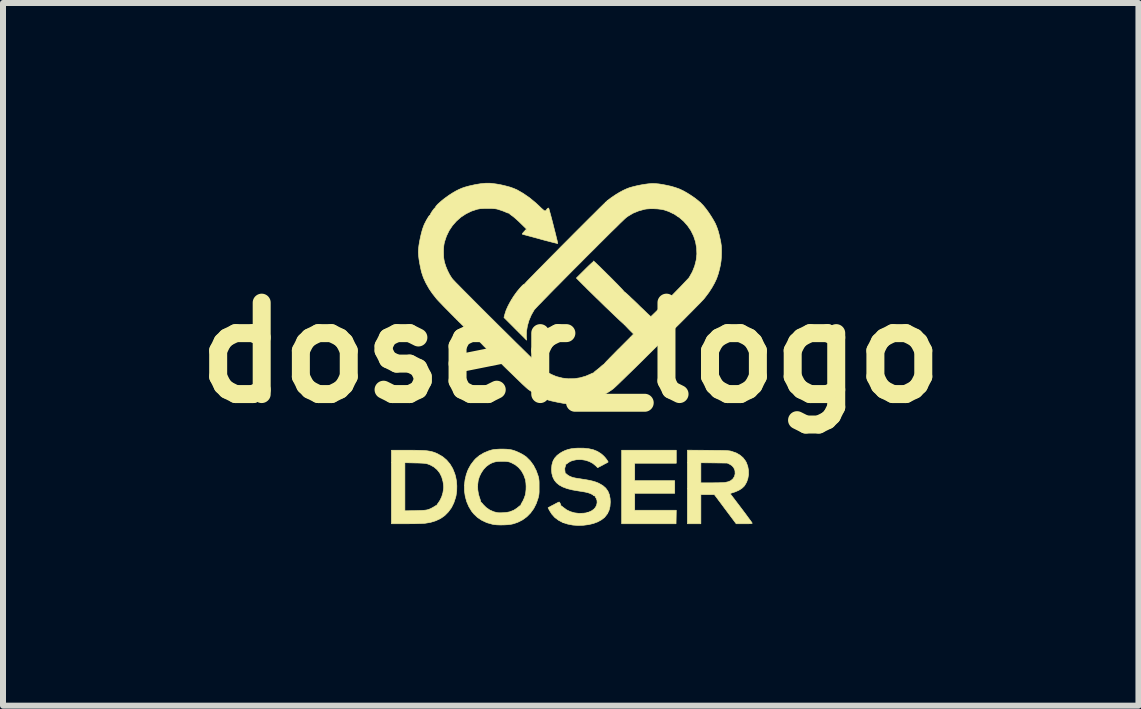
<source format=kicad_pcb>
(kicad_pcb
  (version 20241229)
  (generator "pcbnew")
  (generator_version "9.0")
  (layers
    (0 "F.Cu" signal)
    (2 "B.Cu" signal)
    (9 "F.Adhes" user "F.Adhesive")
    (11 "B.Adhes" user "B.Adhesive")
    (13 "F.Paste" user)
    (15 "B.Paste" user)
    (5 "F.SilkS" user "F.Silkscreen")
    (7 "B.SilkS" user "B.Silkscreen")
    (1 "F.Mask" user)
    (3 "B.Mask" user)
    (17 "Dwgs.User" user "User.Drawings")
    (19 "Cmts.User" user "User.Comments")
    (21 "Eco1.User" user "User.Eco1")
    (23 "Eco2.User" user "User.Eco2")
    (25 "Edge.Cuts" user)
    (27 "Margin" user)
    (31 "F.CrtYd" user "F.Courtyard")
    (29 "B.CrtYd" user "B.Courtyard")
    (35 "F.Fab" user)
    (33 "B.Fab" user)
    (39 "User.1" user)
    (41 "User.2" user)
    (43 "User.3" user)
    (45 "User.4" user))
  (footprint "doser_logo"
    (layer "F.Cu")
    (at 6.466 2.831)
    (property "Reference" "doser_logo" (at 0 0 0) (layer "F.SilkS") (effects (font (size 1.524 1.524) (thickness 0.3))))
    (attr through_hole)
    (fp_poly (pts (xy 0.9 -0.468) (xy 0.896 -0.464) (xy 0.893 -0.468) (xy 0.896 -0.472) (xy 0.9 -0.468)) (stroke (width 0.01) (type solid)) (fill yes) (layer "F.SilkS"))
    (fp_poly (pts (xy 1.76 1.843) (xy 1.067 1.843) (xy 1.067 2.134) (xy 1.734 2.134) (xy 1.734 2.344) (xy 1.067 2.344) (xy 1.067 2.627) (xy 1.413 2.627) (xy 1.76 2.627) (xy 1.758 2.74) (xy 1.756 2.852) (xy 0.849 2.852) (xy 0.849 1.626) (xy 1.76 1.626) (xy 1.76 1.843)) (stroke (width 0.01) (type solid)) (fill yes) (layer "F.SilkS"))
    (fp_poly (pts (xy -2.723 1.626) (xy -2.636 1.626) (xy -2.561 1.627) (xy -2.498 1.629) (xy -2.444 1.631) (xy -2.398 1.635) (xy -2.358 1.641) (xy -2.323 1.648) (xy -2.291 1.657) (xy -2.26 1.668) (xy -2.229 1.681) (xy -2.21 1.691) (xy -2.134 1.735) (xy -2.069 1.79) (xy -2.014 1.855) (xy -1.968 1.931) (xy -1.933 2.018) (xy -1.919 2.066) (xy -1.905 2.141) (xy -1.899 2.222) (xy -1.901 2.305) (xy -1.912 2.383) (xy -1.919 2.412) (xy -1.949 2.503) (xy -1.989 2.584) (xy -2.04 2.654) (xy -2.1 2.715) (xy -2.17 2.764) (xy -2.25 2.802) (xy -2.338 2.829) (xy -2.435 2.845) (xy -2.46 2.846) (xy -2.498 2.848) (xy -2.545 2.849) (xy -2.599 2.851) (xy -2.658 2.851) (xy -2.719 2.852) (xy -2.749 2.852) (xy -2.99 2.852) (xy -2.99 2.636) (xy -2.765 2.636) (xy -2.593 2.633) (xy -2.536 2.631) (xy -2.492 2.63) (xy -2.458 2.628) (xy -2.432 2.626) (xy -2.41 2.623) (xy -2.393 2.62) (xy -2.375 2.615) (xy -2.372 2.614) (xy -2.339 2.601) (xy -2.306 2.584) (xy -2.285 2.572) (xy -2.263 2.558) (xy -2.246 2.548) (xy -2.237 2.545) (xy -2.231 2.543) (xy -2.232 2.541) (xy -2.229 2.534) (xy -2.22 2.52) (xy -2.209 2.506) (xy -2.177 2.457) (xy -2.15 2.399) (xy -2.131 2.335) (xy -2.121 2.271) (xy -2.119 2.24) (xy -2.121 2.211) (xy -2.125 2.176) (xy -2.131 2.142) (xy -2.152 2.069) (xy -2.185 2.004) (xy -2.229 1.949) (xy -2.283 1.904) (xy -2.347 1.869) (xy -2.388 1.854) (xy -2.405 1.85) (xy -2.426 1.846) (xy -2.455 1.843) (xy -2.491 1.841) (xy -2.538 1.839) (xy -2.596 1.838) (xy -2.765 1.834) (xy -2.765 2.636) (xy -2.99 2.636) (xy -2.99 1.626) (xy -2.723 1.626)) (stroke (width 0.01) (type solid)) (fill yes) (layer "F.SilkS"))
    (fp_poly (pts (xy 2.288 1.627) (xy 2.368 1.628) (xy 2.435 1.629) (xy 2.49 1.629) (xy 2.535 1.63) (xy 2.571 1.631) (xy 2.6 1.632) (xy 2.623 1.634) (xy 2.641 1.636) (xy 2.657 1.638) (xy 2.67 1.641) (xy 2.684 1.645) (xy 2.687 1.646) (xy 2.761 1.672) (xy 2.823 1.708) (xy 2.875 1.753) (xy 2.916 1.808) (xy 2.929 1.832) (xy 2.952 1.895) (xy 2.964 1.962) (xy 2.965 2.03) (xy 2.954 2.096) (xy 2.933 2.158) (xy 2.901 2.213) (xy 2.892 2.225) (xy 2.853 2.262) (xy 2.802 2.294) (xy 2.737 2.322) (xy 2.724 2.326) (xy 2.657 2.348) (xy 2.842 2.591) (xy 2.881 2.643) (xy 2.918 2.692) (xy 2.95 2.736) (xy 2.978 2.774) (xy 3.001 2.805) (xy 3.017 2.828) (xy 3.025 2.84) (xy 3.026 2.843) (xy 3.023 2.846) (xy 3.011 2.849) (xy 2.99 2.851) (xy 2.959 2.852) (xy 2.914 2.852) (xy 2.892 2.852) (xy 2.759 2.852) (xy 2.577 2.609) (xy 2.458 2.449) (xy 2.467 2.449) (xy 2.471 2.453) (xy 2.475 2.449) (xy 2.471 2.446) (xy 2.467 2.449) (xy 2.458 2.449) (xy 2.395 2.366) (xy 2.17 2.366) (xy 2.17 2.852) (xy 1.945 2.852) (xy 1.945 2.268) (xy 2.823 2.268) (xy 2.827 2.271) (xy 2.83 2.268) (xy 2.827 2.264) (xy 2.823 2.268) (xy 1.945 2.268) (xy 1.945 2.17) (xy 2.17 2.17) (xy 2.349 2.17) (xy 2.402 2.169) (xy 2.453 2.169) (xy 2.5 2.167) (xy 2.538 2.166) (xy 2.567 2.164) (xy 2.578 2.162) (xy 2.629 2.151) (xy 2.669 2.133) (xy 2.701 2.106) (xy 2.705 2.102) (xy 2.73 2.063) (xy 2.741 2.02) (xy 2.739 1.972) (xy 2.735 1.956) (xy 2.717 1.915) (xy 2.687 1.882) (xy 2.65 1.859) (xy 2.609 1.84) (xy 2.389 1.837) (xy 2.17 1.835) (xy 2.17 2.17) (xy 1.945 2.17) (xy 1.945 1.625) (xy 2.288 1.627)) (stroke (width 0.01) (type solid)) (fill yes) (layer "F.SilkS"))
    (fp_poly (pts (xy -1.068 1.609) (xy -1.02 1.614) (xy -0.981 1.621) (xy -0.98 1.621) (xy -0.934 1.635) (xy -0.883 1.656) (xy -0.832 1.68) (xy -0.785 1.707) (xy -0.747 1.733) (xy -0.738 1.74) (xy -0.674 1.804) (xy -0.62 1.879) (xy -0.576 1.964) (xy -0.547 2.044) (xy -0.539 2.069) (xy -0.534 2.09) (xy -0.531 2.112) (xy -0.528 2.137) (xy -0.527 2.168) (xy -0.527 2.21) (xy -0.527 2.235) (xy -0.527 2.284) (xy -0.527 2.322) (xy -0.529 2.351) (xy -0.532 2.376) (xy -0.537 2.399) (xy -0.543 2.423) (xy -0.575 2.516) (xy -0.617 2.599) (xy -0.67 2.672) (xy -0.732 2.735) (xy -0.803 2.787) (xy -0.884 2.828) (xy -0.958 2.853) (xy -1.001 2.862) (xy -1.054 2.868) (xy -1.113 2.871) (xy -1.174 2.872) (xy -1.232 2.87) (xy -1.282 2.865) (xy -1.306 2.86) (xy -1.398 2.834) (xy -1.48 2.796) (xy -1.553 2.748) (xy -1.615 2.689) (xy -1.652 2.644) (xy -1.682 2.594) (xy -1.676 2.594) (xy -1.673 2.598) (xy -1.669 2.594) (xy -1.673 2.591) (xy -1.676 2.594) (xy -1.682 2.594) (xy -1.699 2.566) (xy -1.735 2.482) (xy -1.759 2.394) (xy -1.772 2.303) (xy -1.773 2.21) (xy -1.772 2.207) (xy -1.552 2.207) (xy -1.55 2.284) (xy -1.538 2.36) (xy -1.524 2.406) (xy -1.514 2.435) (xy -1.506 2.461) (xy -1.501 2.478) (xy -1.5 2.483) (xy -1.497 2.493) (xy -1.494 2.494) (xy -1.488 2.499) (xy -1.475 2.512) (xy -1.461 2.53) (xy -1.41 2.581) (xy -1.351 2.622) (xy -1.283 2.652) (xy -1.226 2.666) (xy -1.199 2.669) (xy -1.161 2.669) (xy -1.119 2.667) (xy -1.077 2.663) (xy -1.055 2.66) (xy -0.675 2.66) (xy -0.671 2.663) (xy -0.668 2.66) (xy -0.671 2.656) (xy -0.675 2.66) (xy -1.055 2.66) (xy -1.038 2.657) (xy -1.009 2.651) (xy -1.006 2.649) (xy -0.948 2.625) (xy -0.897 2.592) (xy -0.87 2.57) (xy -0.852 2.555) (xy -0.837 2.547) (xy -0.831 2.546) (xy -0.828 2.546) (xy -0.83 2.542) (xy -0.83 2.53) (xy -0.822 2.514) (xy -0.821 2.513) (xy -0.797 2.472) (xy -0.775 2.423) (xy -0.758 2.374) (xy -0.758 2.373) (xy -0.75 2.331) (xy -0.745 2.281) (xy -0.744 2.227) (xy -0.747 2.174) (xy -0.753 2.128) (xy -0.757 2.112) (xy -0.784 2.037) (xy -0.821 1.971) (xy -0.869 1.914) (xy -0.907 1.883) (xy -0.631 1.883) (xy -0.628 1.887) (xy -0.624 1.883) (xy -0.628 1.88) (xy -0.631 1.883) (xy -0.907 1.883) (xy -0.926 1.868) (xy -0.991 1.834) (xy -1.016 1.824) (xy -1.039 1.818) (xy -1.066 1.814) (xy -1.1 1.811) (xy -1.145 1.811) (xy -1.147 1.811) (xy -1.199 1.812) (xy -1.242 1.816) (xy -1.279 1.825) (xy -1.315 1.838) (xy -1.354 1.858) (xy -1.356 1.86) (xy -1.407 1.896) (xy -1.452 1.944) (xy -1.491 2.001) (xy -1.522 2.064) (xy -1.543 2.131) (xy -1.543 2.134) (xy -1.552 2.207) (xy -1.772 2.207) (xy -1.762 2.119) (xy -1.741 2.03) (xy -1.724 1.985) (xy -1.502 1.985) (xy -1.499 1.988) (xy -1.495 1.985) (xy -1.499 1.981) (xy -1.502 1.985) (xy -1.724 1.985) (xy -1.709 1.945) (xy -1.665 1.866) (xy -1.611 1.795) (xy -1.582 1.764) (xy -1.524 1.716) (xy -1.509 1.716) (xy -1.506 1.72) (xy -1.502 1.716) (xy -1.506 1.713) (xy -1.509 1.716) (xy -1.524 1.716) (xy -1.521 1.714) (xy -1.449 1.671) (xy -1.368 1.637) (xy -1.316 1.621) (xy -1.279 1.614) (xy -1.232 1.61) (xy -1.179 1.607) (xy -1.123 1.607) (xy -1.068 1.609)) (stroke (width 0.01) (type solid)) (fill yes) (layer "F.SilkS"))
    (fp_poly (pts (xy 0.218 1.592) (xy 0.302 1.601) (xy 0.377 1.618) (xy 0.444 1.645) (xy 0.503 1.682) (xy 0.542 1.715) (xy 0.561 1.734) (xy 0.58 1.756) (xy 0.598 1.779) (xy 0.612 1.8) (xy 0.622 1.816) (xy 0.623 1.824) (xy 0.623 1.824) (xy 0.616 1.828) (xy 0.599 1.838) (xy 0.573 1.851) (xy 0.542 1.868) (xy 0.535 1.872) (xy 0.449 1.917) (xy 0.417 1.885) (xy 0.368 1.845) (xy 0.31 1.814) (xy 0.246 1.793) (xy 0.178 1.782) (xy 0.109 1.783) (xy 0.09 1.785) (xy 0.038 1.796) (xy -0.003 1.81) (xy -0.038 1.831) (xy -0.052 1.842) (xy -0.068 1.854) (xy -0.08 1.86) (xy -0.084 1.859) (xy -0.086 1.859) (xy -0.085 1.863) (xy -0.084 1.874) (xy -0.089 1.892) (xy -0.092 1.899) (xy -0.1 1.932) (xy -0.098 1.959) (xy -0.095 1.982) (xy -0.093 2) (xy -0.092 2.004) (xy -0.089 2.013) (xy -0.086 2.013) (xy -0.079 2.016) (xy -0.068 2.026) (xy -0.049 2.041) (xy -0.021 2.058) (xy 0.012 2.072) (xy 0.04 2.082) (xy 0.057 2.085) (xy 0.085 2.091) (xy 0.121 2.097) (xy 0.163 2.103) (xy 0.192 2.108) (xy 0.263 2.119) (xy 0.321 2.13) (xy 0.371 2.142) (xy 0.414 2.155) (xy 0.453 2.17) (xy 0.476 2.181) (xy 0.536 2.216) (xy 0.584 2.258) (xy 0.62 2.308) (xy 0.644 2.366) (xy 0.657 2.433) (xy 0.66 2.489) (xy 0.655 2.563) (xy 0.639 2.628) (xy 0.611 2.686) (xy 0.572 2.736) (xy 0.566 2.743) (xy 0.514 2.785) (xy 0.451 2.82) (xy 0.379 2.847) (xy 0.299 2.866) (xy 0.213 2.877) (xy 0.123 2.88) (xy 0.036 2.874) (xy -0.052 2.857) (xy -0.132 2.831) (xy -0.14 2.827) (xy -0.109 2.827) (xy -0.105 2.83) (xy -0.102 2.827) (xy -0.105 2.823) (xy -0.109 2.827) (xy -0.14 2.827) (xy -0.203 2.794) (xy -0.264 2.748) (xy -0.272 2.74) (xy 0.552 2.74) (xy 0.555 2.743) (xy 0.559 2.74) (xy 0.555 2.736) (xy 0.552 2.74) (xy -0.272 2.74) (xy -0.315 2.692) (xy -0.35 2.637) (xy -0.378 2.585) (xy -0.318 2.552) (xy -0.301 2.544) (xy -0.283 2.544) (xy -0.279 2.547) (xy -0.276 2.544) (xy -0.279 2.54) (xy -0.283 2.544) (xy -0.301 2.544) (xy -0.275 2.53) (xy -0.24 2.511) (xy -0.214 2.498) (xy -0.198 2.491) (xy -0.193 2.489) (xy -0.186 2.495) (xy -0.178 2.51) (xy -0.169 2.527) (xy -0.164 2.543) (xy -0.164 2.55) (xy -0.166 2.554) (xy -0.163 2.553) (xy -0.156 2.555) (xy -0.141 2.565) (xy -0.122 2.581) (xy -0.12 2.582) (xy -0.067 2.621) (xy -0.005 2.65) (xy 0.064 2.67) (xy 0.138 2.679) (xy 0.214 2.676) (xy 0.23 2.674) (xy 0.602 2.674) (xy 0.606 2.678) (xy 0.61 2.674) (xy 0.606 2.671) (xy 0.602 2.674) (xy 0.23 2.674) (xy 0.255 2.671) (xy 0.303 2.657) (xy 0.347 2.637) (xy 0.385 2.61) (xy 0.411 2.581) (xy 0.431 2.543) (xy 0.44 2.502) (xy 0.438 2.463) (xy 0.426 2.429) (xy 0.416 2.415) (xy 0.409 2.402) (xy 0.41 2.394) (xy 0.412 2.389) (xy 0.408 2.39) (xy 0.398 2.389) (xy 0.383 2.381) (xy 0.382 2.38) (xy 0.367 2.369) (xy 0.385 2.369) (xy 0.388 2.373) (xy 0.392 2.369) (xy 0.388 2.366) (xy 0.385 2.369) (xy 0.367 2.369) (xy 0.356 2.362) (xy 0.325 2.347) (xy 0.287 2.334) (xy 0.24 2.323) (xy 0.182 2.313) (xy 0.123 2.304) (xy 0.025 2.287) (xy -0.059 2.266) (xy -0.131 2.239) (xy -0.158 2.224) (xy -0.145 2.224) (xy -0.142 2.228) (xy -0.138 2.224) (xy -0.142 2.221) (xy -0.145 2.224) (xy -0.158 2.224) (xy -0.19 2.207) (xy -0.238 2.168) (xy -0.274 2.123) (xy -0.3 2.07) (xy -0.315 2.011) (xy -0.32 1.943) (xy -0.32 1.941) (xy -0.314 1.872) (xy -0.297 1.812) (xy -0.289 1.796) (xy -0.283 1.796) (xy -0.279 1.8) (xy -0.276 1.796) (xy -0.279 1.793) (xy -0.283 1.796) (xy -0.289 1.796) (xy -0.268 1.758) (xy -0.226 1.711) (xy -0.171 1.671) (xy -0.139 1.652) (xy -0.091 1.629) (xy -0.043 1.613) (xy 0.009 1.601) (xy 0.067 1.594) (xy 0.122 1.591) (xy 0.218 1.592)) (stroke (width 0.01) (type solid)) (fill yes) (layer "F.SilkS"))
    (fp_poly (pts (xy -1.345 -2.826) (xy -1.316 -2.823) (xy -1.239 -2.813) (xy -1.161 -2.799) (xy -1.085 -2.781) (xy -1.014 -2.762) (xy -0.952 -2.74) (xy -0.901 -2.718) (xy -0.898 -2.717) (xy -0.792 -2.656) (xy -0.686 -2.583) (xy -0.583 -2.498) (xy -0.526 -2.445) (xy -0.491 -2.411) (xy -0.465 -2.388) (xy -0.447 -2.373) (xy -0.435 -2.366) (xy -0.428 -2.366) (xy -0.416 -2.369) (xy -0.411 -2.368) (xy -0.407 -2.368) (xy -0.409 -2.371) (xy -0.407 -2.38) (xy -0.397 -2.394) (xy -0.392 -2.399) (xy -0.377 -2.411) (xy -0.369 -2.412) (xy -0.367 -2.409) (xy -0.362 -2.394) (xy -0.355 -2.368) (xy -0.345 -2.332) (xy -0.333 -2.289) (xy -0.32 -2.24) (xy -0.306 -2.187) (xy -0.292 -2.132) (xy -0.278 -2.076) (xy -0.264 -2.022) (xy -0.251 -1.97) (xy -0.24 -1.924) (xy -0.23 -1.884) (xy -0.222 -1.852) (xy -0.218 -1.831) (xy -0.216 -1.821) (xy -0.216 -1.821) (xy -0.224 -1.822) (xy -0.244 -1.826) (xy -0.276 -1.834) (xy -0.317 -1.844) (xy -0.366 -1.857) (xy -0.421 -1.871) (xy -0.481 -1.887) (xy -0.508 -1.895) (xy -0.57 -1.912) (xy -0.629 -1.928) (xy -0.681 -1.942) (xy -0.726 -1.954) (xy -0.763 -1.964) (xy -0.789 -1.971) (xy -0.803 -1.975) (xy -0.806 -1.975) (xy -0.808 -1.981) (xy -0.8 -1.994) (xy -0.781 -2.015) (xy -0.777 -2.02) (xy -0.772 -2.025) (xy -0.753 -2.025) (xy -0.752 -2.025) (xy -0.745 -2.03) (xy -0.744 -2.032) (xy -0.742 -2.039) (xy -0.743 -2.039) (xy -0.75 -2.034) (xy -0.751 -2.032) (xy -0.753 -2.025) (xy -0.772 -2.025) (xy -0.737 -2.062) (xy -0.835 -2.158) (xy -0.869 -2.191) (xy -0.904 -2.223) (xy -0.936 -2.251) (xy -0.963 -2.273) (xy -0.98 -2.285) (xy -1.002 -2.301) (xy -1.018 -2.314) (xy -1.025 -2.323) (xy -1.025 -2.324) (xy -1.027 -2.328) (xy -1.03 -2.327) (xy -1.039 -2.327) (xy -1.058 -2.333) (xy -1.081 -2.343) (xy -1.084 -2.344) (xy -1.114 -2.357) (xy -1.152 -2.371) (xy -1.189 -2.383) (xy -1.195 -2.385) (xy -1.22 -2.393) (xy -1.242 -2.398) (xy -1.265 -2.401) (xy -1.291 -2.403) (xy -1.323 -2.405) (xy -1.366 -2.405) (xy -1.382 -2.405) (xy -1.436 -2.405) (xy -1.478 -2.403) (xy -1.512 -2.401) (xy -1.539 -2.396) (xy -1.556 -2.393) (xy -1.654 -2.361) (xy -1.746 -2.316) (xy -1.83 -2.261) (xy -1.906 -2.194) (xy -1.972 -2.119) (xy -2.028 -2.035) (xy -2.072 -1.944) (xy -2.102 -1.854) (xy -2.11 -1.822) (xy -2.115 -1.793) (xy -2.118 -1.764) (xy -2.12 -1.73) (xy -2.121 -1.687) (xy -2.121 -1.676) (xy -2.12 -1.63) (xy -2.119 -1.594) (xy -2.115 -1.563) (xy -2.11 -1.534) (xy -2.103 -1.501) (xy -2.102 -1.499) (xy -2.081 -1.435) (xy -2.053 -1.368) (xy -2.02 -1.303) (xy -1.984 -1.246) (xy -1.974 -1.233) (xy -1.964 -1.221) (xy -1.944 -1.2) (xy -1.916 -1.17) (xy -1.879 -1.133) (xy -1.835 -1.088) (xy -1.784 -1.036) (xy -1.727 -0.979) (xy -1.665 -0.917) (xy -1.599 -0.85) (xy -1.528 -0.779) (xy -1.455 -0.706) (xy -1.379 -0.63) (xy -1.301 -0.553) (xy -1.223 -0.475) (xy -1.144 -0.397) (xy -1.066 -0.32) (xy -0.989 -0.244) (xy -0.915 -0.17) (xy -0.842 -0.099) (xy -0.774 -0.032) (xy -0.709 0.032) (xy -0.65 0.09) (xy -0.596 0.143) (xy -0.548 0.189) (xy -0.507 0.228) (xy -0.475 0.259) (xy -0.45 0.282) (xy -0.435 0.295) (xy -0.432 0.298) (xy -0.379 0.332) (xy -0.318 0.364) (xy -0.254 0.391) (xy -0.232 0.399) (xy -0.138 0.423) (xy -0.041 0.434) (xy 0.057 0.433) (xy 0.155 0.418) (xy 0.249 0.391) (xy 0.322 0.36) (xy 0.347 0.348) (xy 0.366 0.34) (xy 0.378 0.338) (xy 0.379 0.338) (xy 0.383 0.337) (xy 0.383 0.335) (xy 0.387 0.328) (xy 0.401 0.315) (xy 0.421 0.299) (xy 0.425 0.296) (xy 0.454 0.273) (xy 0.486 0.247) (xy 0.509 0.226) (xy 0.529 0.209) (xy 0.545 0.197) (xy 0.553 0.192) (xy 0.554 0.193) (xy 0.556 0.192) (xy 0.555 0.191) (xy 0.559 0.185) (xy 0.573 0.17) (xy 0.594 0.146) (xy 0.624 0.116) (xy 0.659 0.079) (xy 0.701 0.037) (xy 0.746 -0.009) (xy 0.795 -0.059) (xy 0.8 -0.063) (xy 0.987 -0.25) (xy 1.56 -0.25) (xy 1.564 -0.247) (xy 1.568 -0.25) (xy 1.564 -0.254) (xy 1.56 -0.25) (xy 0.987 -0.25) (xy 1.048 -0.312) (xy 0.974 -0.386) (xy 0.948 -0.413) (xy 0.925 -0.437) (xy 0.908 -0.455) (xy 0.899 -0.466) (xy 0.898 -0.468) (xy 0.892 -0.474) (xy 0.89 -0.473) (xy 0.884 -0.478) (xy 0.869 -0.492) (xy 0.845 -0.514) (xy 0.813 -0.543) (xy 0.776 -0.578) (xy 0.733 -0.619) (xy 0.686 -0.664) (xy 0.635 -0.713) (xy 0.582 -0.763) (xy 0.528 -0.816) (xy 0.474 -0.869) (xy 0.42 -0.921) (xy 0.416 -0.925) (xy 0.98 -0.925) (xy 0.983 -0.922) (xy 0.987 -0.925) (xy 0.983 -0.929) (xy 0.98 -0.925) (xy 0.416 -0.925) (xy 0.368 -0.972) (xy 0.319 -1.02) (xy 0.273 -1.065) (xy 0.233 -1.106) (xy 0.219 -1.119) (xy 0.094 -1.245) (xy 0.233 -1.383) (xy 0.269 -1.419) (xy 0.303 -1.452) (xy 0.332 -1.479) (xy 0.355 -1.5) (xy 0.371 -1.514) (xy 0.378 -1.519) (xy 0.378 -1.519) (xy 0.381 -1.523) (xy 0.38 -1.53) (xy 0.384 -1.527) (xy 0.397 -1.515) (xy 0.419 -1.495) (xy 0.448 -1.467) (xy 0.484 -1.433) (xy 0.525 -1.392) (xy 0.571 -1.347) (xy 0.62 -1.298) (xy 0.634 -1.285) (xy 0.684 -1.235) (xy 0.731 -1.187) (xy 0.774 -1.144) (xy 0.811 -1.105) (xy 0.842 -1.073) (xy 0.866 -1.047) (xy 0.881 -1.03) (xy 0.887 -1.021) (xy 0.887 -1.021) (xy 0.888 -1.017) (xy 0.89 -1.018) (xy 0.897 -1.014) (xy 0.913 -1.001) (xy 0.937 -0.98) (xy 0.968 -0.952) (xy 1.004 -0.917) (xy 1.046 -0.878) (xy 1.091 -0.835) (xy 1.114 -0.813) (xy 1.16 -0.767) (xy 1.204 -0.726) (xy 1.243 -0.688) (xy 1.276 -0.656) (xy 1.303 -0.631) (xy 1.323 -0.613) (xy 1.333 -0.604) (xy 1.335 -0.602) (xy 1.342 -0.607) (xy 1.357 -0.622) (xy 1.381 -0.645) (xy 1.412 -0.675) (xy 1.448 -0.711) (xy 1.489 -0.752) (xy 1.534 -0.797) (xy 1.539 -0.802) (xy 2.112 -0.802) (xy 2.115 -0.798) (xy 2.119 -0.802) (xy 2.115 -0.806) (xy 2.112 -0.802) (xy 1.539 -0.802) (xy 1.582 -0.845) (xy 1.631 -0.895) (xy 1.68 -0.946) (xy 1.729 -0.996) (xy 1.777 -1.045) (xy 1.822 -1.091) (xy 1.863 -1.134) (xy 1.899 -1.172) (xy 1.93 -1.205) (xy 1.954 -1.23) (xy 1.97 -1.248) (xy 1.976 -1.256) (xy 2.029 -1.35) (xy 2.067 -1.446) (xy 2.092 -1.545) (xy 2.103 -1.646) (xy 2.099 -1.747) (xy 2.081 -1.849) (xy 2.08 -1.852) (xy 2.049 -1.946) (xy 2.005 -2.035) (xy 1.949 -2.117) (xy 1.884 -2.191) (xy 1.809 -2.256) (xy 1.779 -2.275) (xy 1.807 -2.275) (xy 1.811 -2.271) (xy 1.814 -2.275) (xy 1.811 -2.279) (xy 1.807 -2.275) (xy 1.779 -2.275) (xy 1.726 -2.311) (xy 1.679 -2.333) (xy 1.705 -2.333) (xy 1.709 -2.33) (xy 1.713 -2.333) (xy 1.709 -2.337) (xy 1.705 -2.333) (xy 1.679 -2.333) (xy 1.636 -2.354) (xy 1.557 -2.381) (xy 1.507 -2.391) (xy 1.448 -2.398) (xy 1.385 -2.401) (xy 1.322 -2.401) (xy 1.266 -2.397) (xy 1.233 -2.392) (xy 1.132 -2.364) (xy 1.039 -2.326) (xy 0.954 -2.275) (xy 0.929 -2.257) (xy 0.917 -2.247) (xy 0.895 -2.227) (xy 0.865 -2.198) (xy 0.826 -2.161) (xy 0.781 -2.116) (xy 0.729 -2.065) (xy 0.671 -2.009) (xy 0.609 -1.947) (xy 0.542 -1.88) (xy 0.471 -1.81) (xy 0.398 -1.736) (xy 0.322 -1.661) (xy 0.245 -1.584) (xy 0.167 -1.505) (xy 0.089 -1.427) (xy 0.011 -1.349) (xy -0.064 -1.273) (xy -0.138 -1.198) (xy -0.209 -1.126) (xy -0.277 -1.058) (xy -0.34 -0.994) (xy -0.398 -0.934) (xy -0.451 -0.88) (xy -0.497 -0.832) (xy -0.537 -0.792) (xy -0.568 -0.759) (xy -0.591 -0.734) (xy -0.605 -0.719) (xy -0.608 -0.715) (xy -0.657 -0.63) (xy -0.695 -0.541) (xy -0.722 -0.449) (xy -0.737 -0.357) (xy -0.739 -0.271) (xy -0.736 -0.209) (xy -0.769 -0.243) (xy -0.755 -0.243) (xy -0.751 -0.239) (xy -0.747 -0.243) (xy -0.751 -0.247) (xy -0.755 -0.243) (xy -0.769 -0.243) (xy -0.82 -0.294) (xy -0.806 -0.294) (xy -0.802 -0.29) (xy -0.798 -0.294) (xy -0.802 -0.298) (xy -0.806 -0.294) (xy -0.82 -0.294) (xy -0.849 -0.323) (xy -0.835 -0.323) (xy -0.831 -0.319) (xy -0.827 -0.323) (xy -0.831 -0.327) (xy -0.835 -0.323) (xy -0.849 -0.323) (xy -0.878 -0.352) (xy -0.864 -0.352) (xy -0.86 -0.348) (xy -0.856 -0.352) (xy -0.86 -0.356) (xy -0.864 -0.352) (xy -0.878 -0.352) (xy -0.907 -0.381) (xy -0.893 -0.381) (xy -0.889 -0.377) (xy -0.885 -0.381) (xy -0.889 -0.385) (xy -0.893 -0.381) (xy -0.907 -0.381) (xy -0.936 -0.41) (xy -0.922 -0.41) (xy -0.918 -0.406) (xy -0.914 -0.41) (xy -0.918 -0.414) (xy -0.922 -0.41) (xy -0.936 -0.41) (xy -1.113 -0.587) (xy -1.097 -0.647) (xy -1.077 -0.709) (xy -1.046 -0.778) (xy -1.006 -0.853) (xy -0.988 -0.882) (xy -0.98 -0.882) (xy -0.976 -0.878) (xy -0.972 -0.882) (xy -0.976 -0.885) (xy -0.98 -0.882) (xy -0.988 -0.882) (xy -0.957 -0.933) (xy -0.95 -0.943) (xy -0.926 -0.977) (xy -0.9 -1.012) (xy -0.893 -1.012) (xy -0.889 -1.009) (xy -0.885 -1.012) (xy -0.889 -1.016) (xy -0.893 -1.012) (xy -0.9 -1.012) (xy -0.9 -1.013) (xy -0.872 -1.047) (xy -0.845 -1.079) (xy -0.821 -1.106) (xy -0.8 -1.127) (xy -0.784 -1.14) (xy -0.775 -1.142) (xy -0.771 -1.143) (xy -0.771 -1.145) (xy -0.766 -1.151) (xy -0.752 -1.166) (xy -0.729 -1.191) (xy -0.698 -1.223) (xy -0.659 -1.263) (xy -0.614 -1.309) (xy -0.563 -1.362) (xy -0.506 -1.419) (xy -0.445 -1.481) (xy -0.38 -1.547) (xy -0.313 -1.615) (xy -0.242 -1.686) (xy -0.171 -1.759) (xy -0.098 -1.832) (xy -0.025 -1.905) (xy 0.047 -1.978) (xy 0.118 -2.049) (xy 0.187 -2.118) (xy 0.254 -2.185) (xy 0.317 -2.248) (xy 0.376 -2.306) (xy 0.43 -2.36) (xy 0.478 -2.408) (xy 0.52 -2.449) (xy 0.555 -2.483) (xy 0.573 -2.5) (xy 2.148 -2.5) (xy 2.152 -2.496) (xy 2.155 -2.5) (xy 2.152 -2.504) (xy 2.148 -2.5) (xy 0.573 -2.5) (xy 0.582 -2.51) (xy 0.601 -2.527) (xy 0.603 -2.529) (xy 0.617 -2.529) (xy 0.62 -2.525) (xy 0.624 -2.529) (xy 0.62 -2.533) (xy 0.617 -2.529) (xy 0.603 -2.529) (xy 0.61 -2.535) (xy 0.64 -2.558) (xy 2.076 -2.558) (xy 2.079 -2.555) (xy 2.083 -2.558) (xy 2.079 -2.562) (xy 2.076 -2.558) (xy 0.64 -2.558) (xy 0.674 -2.584) (xy 0.742 -2.63) (xy 0.755 -2.638) (xy 0.769 -2.638) (xy 0.773 -2.634) (xy 0.777 -2.638) (xy 0.773 -2.642) (xy 0.769 -2.638) (xy 0.755 -2.638) (xy 0.81 -2.672) (xy 0.877 -2.708) (xy 0.939 -2.736) (xy 0.984 -2.753) (xy 1.039 -2.768) (xy 1.104 -2.784) (xy 1.173 -2.798) (xy 1.24 -2.809) (xy 1.292 -2.816) (xy 1.349 -2.821) (xy 1.409 -2.82) (xy 1.473 -2.814) (xy 1.546 -2.802) (xy 1.592 -2.793) (xy 1.674 -2.775) (xy 1.745 -2.754) (xy 1.81 -2.731) (xy 1.872 -2.702) (xy 1.935 -2.667) (xy 1.996 -2.629) (xy 2.062 -2.584) (xy 2.118 -2.541) (xy 2.166 -2.5) (xy 2.209 -2.456) (xy 2.25 -2.406) (xy 2.292 -2.349) (xy 2.308 -2.326) (xy 2.349 -2.263) (xy 2.382 -2.208) (xy 2.409 -2.159) (xy 2.43 -2.111) (xy 2.448 -2.063) (xy 2.464 -2.012) (xy 2.478 -1.957) (xy 2.49 -1.902) (xy 2.5 -1.857) (xy 2.506 -1.818) (xy 2.511 -1.783) (xy 2.513 -1.748) (xy 2.514 -1.708) (xy 2.514 -1.666) (xy 2.512 -1.597) (xy 2.507 -1.532) (xy 2.497 -1.466) (xy 2.482 -1.397) (xy 2.461 -1.318) (xy 2.456 -1.303) (xy 2.432 -1.234) (xy 2.397 -1.16) (xy 2.353 -1.082) (xy 2.301 -1.002) (xy 2.242 -0.924) (xy 2.22 -0.896) (xy 2.206 -0.881) (xy 2.183 -0.857) (xy 2.152 -0.824) (xy 2.112 -0.784) (xy 2.066 -0.737) (xy 2.013 -0.683) (xy 1.954 -0.624) (xy 1.89 -0.559) (xy 1.822 -0.491) (xy 1.75 -0.42) (xy 1.676 -0.346) (xy 1.599 -0.27) (xy 1.522 -0.193) (xy 1.443 -0.115) (xy 1.365 -0.038) (xy 1.288 0.038) (xy 1.213 0.113) (xy 1.14 0.185) (xy 1.07 0.254) (xy 1.004 0.318) (xy 0.942 0.378) (xy 0.886 0.433) (xy 0.836 0.481) (xy 0.793 0.523) (xy 0.758 0.556) (xy 0.73 0.582) (xy 0.712 0.598) (xy 0.706 0.603) (xy 0.673 0.627) (xy 0.632 0.654) (xy 0.588 0.681) (xy 0.543 0.708) (xy 0.5 0.733) (xy 0.462 0.753) (xy 0.433 0.766) (xy 0.428 0.768) (xy 0.395 0.78) (xy 0.351 0.793) (xy 0.301 0.806) (xy 0.248 0.818) (xy 0.196 0.829) (xy 0.152 0.837) (xy 0.069 0.848) (xy -0.005 0.852) (xy -0.073 0.85) (xy -0.083 0.849) (xy -0.123 0.844) (xy -0.171 0.835) (xy -0.225 0.825) (xy -0.279 0.813) (xy -0.33 0.802) (xy -0.372 0.79) (xy -0.439 0.766) (xy -0.512 0.732) (xy -0.591 0.688) (xy -0.677 0.632) (xy -0.708 0.611) (xy -0.721 0.6) (xy -0.744 0.58) (xy -0.774 0.552) (xy -0.811 0.518) (xy -0.853 0.477) (xy -0.901 0.431) (xy -0.952 0.381) (xy -1.007 0.328) (xy -1.064 0.273) (xy -1.122 0.216) (xy -1.18 0.158) (xy -1.237 0.101) (xy -1.293 0.045) (xy -1.347 -0.008) (xy -1.397 -0.059) (xy -1.443 -0.105) (xy -1.483 -0.147) (xy -1.518 -0.183) (xy -1.545 -0.212) (xy -1.565 -0.233) (xy -1.575 -0.246) (xy -1.577 -0.249) (xy -1.577 -0.253) (xy -1.582 -0.251) (xy -1.588 -0.255) (xy -1.604 -0.268) (xy -1.609 -0.272) (xy -1.604 -0.272) (xy -1.6 -0.269) (xy -1.597 -0.272) (xy -1.6 -0.276) (xy -1.604 -0.272) (xy -1.609 -0.272) (xy -1.628 -0.289) (xy -1.641 -0.301) (xy -1.633 -0.301) (xy -1.629 -0.298) (xy -1.626 -0.301) (xy -1.629 -0.305) (xy -1.633 -0.301) (xy -1.641 -0.301) (xy -1.659 -0.318) (xy -1.671 -0.33) (xy -1.662 -0.33) (xy -1.658 -0.327) (xy -1.655 -0.33) (xy -1.658 -0.334) (xy -1.662 -0.33) (xy -1.671 -0.33) (xy -1.696 -0.353) (xy -1.702 -0.359) (xy -1.691 -0.359) (xy -1.687 -0.356) (xy -1.684 -0.359) (xy -1.687 -0.363) (xy -1.691 -0.359) (xy -1.702 -0.359) (xy -1.732 -0.388) (xy -1.72 -0.388) (xy -1.716 -0.385) (xy -1.713 -0.388) (xy -1.716 -0.392) (xy -1.72 -0.388) (xy -1.732 -0.388) (xy -1.737 -0.393) (xy -1.762 -0.417) (xy -1.749 -0.417) (xy -1.745 -0.414) (xy -1.742 -0.417) (xy -1.745 -0.421) (xy -1.749 -0.417) (xy -1.762 -0.417) (xy -1.783 -0.438) (xy -1.792 -0.446) (xy -1.778 -0.446) (xy -1.774 -0.443) (xy -1.771 -0.446) (xy -1.774 -0.45) (xy -1.778 -0.446) (xy -1.792 -0.446) (xy -1.821 -0.475) (xy -1.807 -0.475) (xy -1.803 -0.472) (xy -1.8 -0.475) (xy -1.803 -0.479) (xy -1.807 -0.475) (xy -1.821 -0.475) (xy -1.831 -0.485) (xy -1.851 -0.504) (xy -1.836 -0.504) (xy -1.832 -0.501) (xy -1.829 -0.504) (xy -1.832 -0.508) (xy -1.836 -0.504) (xy -1.851 -0.504) (xy -1.88 -0.533) (xy -1.865 -0.533) (xy -1.861 -0.53) (xy -1.858 -0.533) (xy -1.861 -0.537) (xy -1.865 -0.533) (xy -1.88 -0.533) (xy -1.882 -0.535) (xy -1.909 -0.562) (xy -1.894 -0.562) (xy -1.89 -0.559) (xy -1.887 -0.562) (xy -1.89 -0.566) (xy -1.894 -0.562) (xy -1.909 -0.562) (xy -1.932 -0.585) (xy -1.938 -0.591) (xy -1.923 -0.591) (xy -1.92 -0.588) (xy -1.916 -0.591) (xy -1.92 -0.595) (xy -1.923 -0.591) (xy -1.938 -0.591) (xy -1.983 -0.636) (xy -2.032 -0.686) (xy -2.079 -0.733) (xy -2.123 -0.778) (xy -2.161 -0.818) (xy -2.195 -0.853) (xy -2.222 -0.882) (xy -2.241 -0.903) (xy -2.241 -0.904) (xy -2.308 -0.989) (xy -2.354 -1.057) (xy -2.343 -1.057) (xy -2.341 -1.053) (xy -2.334 -1.046) (xy -2.33 -1.047) (xy -2.33 -1.048) (xy -2.335 -1.054) (xy -2.338 -1.057) (xy -2.343 -1.057) (xy -2.354 -1.057) (xy -2.367 -1.077) (xy -2.417 -1.166) (xy -2.457 -1.253) (xy -2.485 -1.337) (xy -2.489 -1.35) (xy -2.505 -1.422) (xy -2.519 -1.493) (xy -2.53 -1.561) (xy -2.537 -1.621) (xy -2.54 -1.672) (xy -2.54 -1.677) (xy -2.538 -1.729) (xy -2.531 -1.79) (xy -2.52 -1.856) (xy -2.506 -1.925) (xy -2.49 -1.993) (xy -2.473 -2.055) (xy -2.454 -2.109) (xy -2.442 -2.139) (xy -2.425 -2.173) (xy -2.409 -2.203) (xy -2.402 -2.203) (xy -2.398 -2.199) (xy -2.395 -2.203) (xy -2.398 -2.206) (xy -2.402 -2.203) (xy -2.409 -2.203) (xy -2.407 -2.206) (xy -2.389 -2.238) (xy -2.388 -2.239) (xy -1.88 -2.239) (xy -1.876 -2.235) (xy -1.872 -2.239) (xy -1.876 -2.242) (xy -1.88 -2.239) (xy -2.388 -2.239) (xy -2.375 -2.261) (xy -2.366 -2.261) (xy -2.362 -2.257) (xy -2.359 -2.261) (xy -2.362 -2.264) (xy -2.366 -2.261) (xy -2.375 -2.261) (xy -2.372 -2.265) (xy -2.358 -2.285) (xy -2.347 -2.296) (xy -2.344 -2.297) (xy -2.34 -2.298) (xy -2.341 -2.302) (xy -2.338 -2.312) (xy -2.329 -2.329) (xy -2.315 -2.351) (xy -2.299 -2.374) (xy -2.283 -2.395) (xy -2.269 -2.411) (xy -2.26 -2.418) (xy -2.258 -2.419) (xy -2.253 -2.422) (xy -2.254 -2.426) (xy -2.251 -2.437) (xy -2.237 -2.454) (xy -2.216 -2.477) (xy -2.187 -2.503) (xy -2.153 -2.533) (xy -2.116 -2.563) (xy -2.077 -2.592) (xy -2.038 -2.62) (xy -2.028 -2.627) (xy -1.967 -2.666) (xy -1.914 -2.697) (xy -1.864 -2.722) (xy -1.816 -2.743) (xy -1.764 -2.761) (xy -1.706 -2.777) (xy -1.695 -2.78) (xy -1.592 -2.803) (xy -1.501 -2.818) (xy -1.419 -2.826) (xy -1.345 -2.826)) (stroke (width 0.01) (type solid)) (fill yes) (layer "F.SilkS")))
  (gr_rect
    (start -3 -3)
    (end 15.932 8.716)
    (stroke (width 0.1) (type default))
    (fill no)
    (layer "Edge.Cuts")))
</source>
